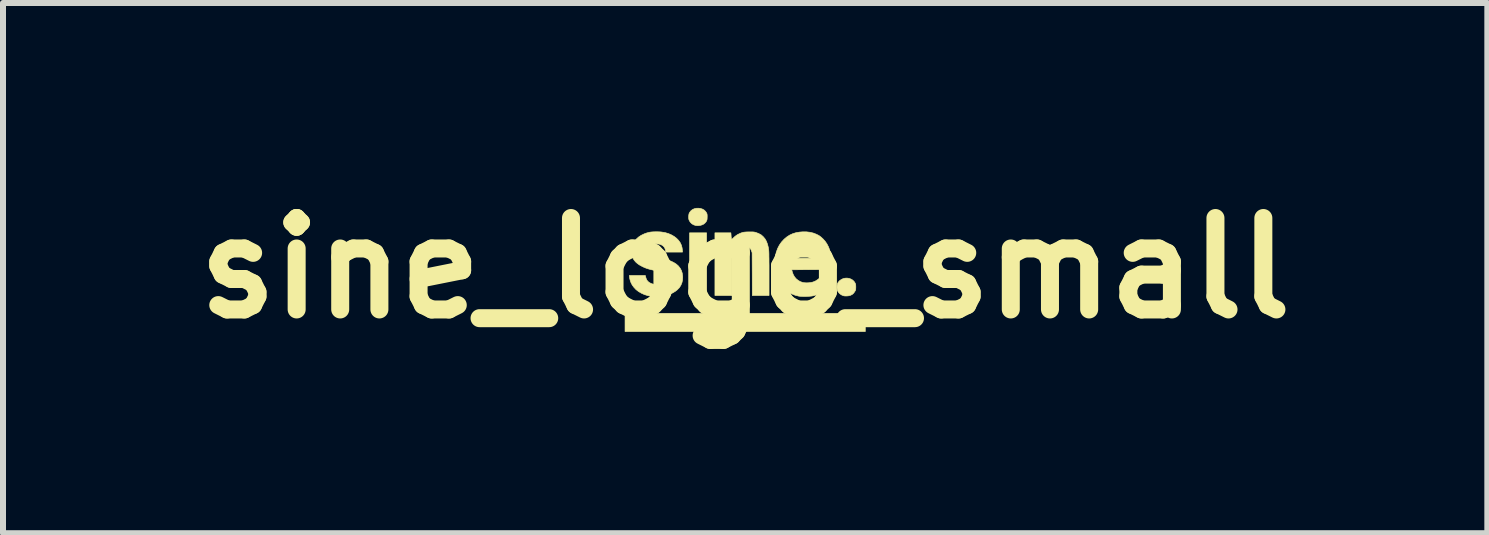
<source format=kicad_pcb>
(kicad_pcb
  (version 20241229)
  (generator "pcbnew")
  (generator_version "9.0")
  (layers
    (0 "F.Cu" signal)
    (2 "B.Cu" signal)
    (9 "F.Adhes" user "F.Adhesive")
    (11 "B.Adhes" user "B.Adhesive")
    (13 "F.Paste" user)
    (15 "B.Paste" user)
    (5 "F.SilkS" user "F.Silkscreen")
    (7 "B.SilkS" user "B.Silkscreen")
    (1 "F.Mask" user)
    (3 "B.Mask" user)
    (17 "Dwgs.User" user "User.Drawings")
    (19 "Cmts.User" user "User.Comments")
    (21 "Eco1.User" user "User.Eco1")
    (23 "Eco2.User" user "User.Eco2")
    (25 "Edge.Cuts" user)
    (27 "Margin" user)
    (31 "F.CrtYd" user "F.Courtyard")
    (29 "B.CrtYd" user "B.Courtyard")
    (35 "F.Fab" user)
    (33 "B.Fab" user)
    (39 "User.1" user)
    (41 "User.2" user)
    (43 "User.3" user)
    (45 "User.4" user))
  (footprint "sine_logo_small"
    (layer "F.Cu")
    (at 9.369 1.418)
    (property "Reference" "sine_logo_small" (at 0 0 0) (layer "F.SilkS") (effects (font (size 1.524 1.524) (thickness 0.3))))
    (attr exclude_from_pos_files exclude_from_bom)
    (fp_poly (pts (xy -0.643 0.457) (xy -0.927 0.457) (xy -0.927 -0.588) (xy -0.643 -0.588) (xy -0.643 0.457)) (stroke (width 0.01) (type solid)) (fill yes) (layer "F.SilkS"))
    (fp_poly (pts (xy 2.002 1.058) (xy -2.002 1.058) (xy -2.002 0.754) (xy 2.002 0.754) (xy 2.002 1.058)) (stroke (width 0.01) (type solid)) (fill yes) (layer "F.SilkS"))
    (fp_poly (pts (xy -0.751 -0.995) (xy -0.716 -0.985) (xy -0.686 -0.969) (xy -0.661 -0.946) (xy -0.644 -0.921) (xy -0.639 -0.911) (xy -0.636 -0.901) (xy -0.634 -0.89) (xy -0.633 -0.875) (xy -0.633 -0.854) (xy -0.633 -0.853) (xy -0.634 -0.826) (xy -0.636 -0.806) (xy -0.642 -0.789) (xy -0.651 -0.773) (xy -0.665 -0.756) (xy -0.667 -0.754) (xy -0.69 -0.734) (xy -0.719 -0.72) (xy -0.751 -0.711) (xy -0.787 -0.707) (xy -0.823 -0.71) (xy -0.828 -0.711) (xy -0.86 -0.722) (xy -0.889 -0.739) (xy -0.913 -0.763) (xy -0.931 -0.791) (xy -0.936 -0.804) (xy -0.94 -0.816) (xy -0.941 -0.83) (xy -0.942 -0.848) (xy -0.942 -0.855) (xy -0.94 -0.885) (xy -0.935 -0.909) (xy -0.924 -0.93) (xy -0.908 -0.95) (xy -0.902 -0.957) (xy -0.877 -0.976) (xy -0.848 -0.989) (xy -0.814 -0.997) (xy -0.778 -0.998) (xy -0.751 -0.995)) (stroke (width 0.01) (type solid)) (fill yes) (layer "F.SilkS"))
    (fp_poly (pts (xy 1.73 0.171) (xy 1.761 0.182) (xy 1.789 0.198) (xy 1.813 0.22) (xy 1.832 0.248) (xy 1.834 0.253) (xy 1.839 0.264) (xy 1.842 0.276) (xy 1.843 0.291) (xy 1.844 0.312) (xy 1.844 0.318) (xy 1.843 0.338) (xy 1.843 0.352) (xy 1.841 0.363) (xy 1.837 0.373) (xy 1.831 0.384) (xy 1.828 0.389) (xy 1.808 0.418) (xy 1.783 0.44) (xy 1.752 0.455) (xy 1.717 0.463) (xy 1.685 0.465) (xy 1.667 0.465) (xy 1.649 0.463) (xy 1.636 0.46) (xy 1.636 0.46) (xy 1.605 0.447) (xy 1.579 0.429) (xy 1.567 0.417) (xy 1.55 0.397) (xy 1.54 0.378) (xy 1.533 0.356) (xy 1.531 0.33) (xy 1.531 0.318) (xy 1.532 0.287) (xy 1.537 0.263) (xy 1.547 0.242) (xy 1.563 0.222) (xy 1.574 0.21) (xy 1.602 0.19) (xy 1.632 0.176) (xy 1.665 0.168) (xy 1.698 0.167) (xy 1.73 0.171)) (stroke (width 0.01) (type solid)) (fill yes) (layer "F.SilkS"))
    (fp_poly (pts (xy 0.098 -0.603) (xy 0.12 -0.603) (xy 0.138 -0.602) (xy 0.152 -0.6) (xy 0.164 -0.598) (xy 0.177 -0.594) (xy 0.18 -0.593) (xy 0.225 -0.576) (xy 0.266 -0.554) (xy 0.3 -0.524) (xy 0.33 -0.489) (xy 0.354 -0.447) (xy 0.372 -0.399) (xy 0.386 -0.344) (xy 0.393 -0.295) (xy 0.394 -0.282) (xy 0.395 -0.262) (xy 0.396 -0.233) (xy 0.396 -0.197) (xy 0.397 -0.154) (xy 0.397 -0.104) (xy 0.398 -0.047) (xy 0.398 0.016) (xy 0.398 0.086) (xy 0.398 0.101) (xy 0.398 0.457) (xy 0.119 0.457) (xy 0.118 0.101) (xy 0.116 -0.256) (xy 0.106 -0.285) (xy 0.093 -0.315) (xy 0.073 -0.339) (xy 0.048 -0.357) (xy 0.016 -0.369) (xy 0.002 -0.372) (xy -0.042 -0.377) (xy -0.083 -0.374) (xy -0.122 -0.363) (xy -0.156 -0.346) (xy -0.187 -0.321) (xy -0.204 -0.301) (xy -0.22 -0.281) (xy -0.22 0.457) (xy -0.504 0.457) (xy -0.504 -0.588) (xy -0.238 -0.588) (xy -0.235 -0.551) (xy -0.234 -0.531) (xy -0.232 -0.512) (xy -0.23 -0.496) (xy -0.23 -0.494) (xy -0.228 -0.474) (xy -0.197 -0.503) (xy -0.171 -0.527) (xy -0.147 -0.545) (xy -0.122 -0.561) (xy -0.096 -0.573) (xy -0.072 -0.584) (xy -0.051 -0.591) (xy -0.03 -0.597) (xy -0.007 -0.6) (xy 0.02 -0.602) (xy 0.051 -0.603) (xy 0.07 -0.603) (xy 0.098 -0.603)) (stroke (width 0.01) (type solid)) (fill yes) (layer "F.SilkS"))
    (fp_poly (pts (xy 1.021 -0.604) (xy 1.08 -0.597) (xy 1.135 -0.584) (xy 1.187 -0.564) (xy 1.188 -0.563) (xy 1.217 -0.549) (xy 1.242 -0.534) (xy 1.265 -0.516) (xy 1.289 -0.494) (xy 1.295 -0.489) (xy 1.332 -0.448) (xy 1.363 -0.403) (xy 1.389 -0.353) (xy 1.41 -0.298) (xy 1.423 -0.247) (xy 1.426 -0.232) (xy 1.428 -0.218) (xy 1.43 -0.201) (xy 1.431 -0.182) (xy 1.432 -0.158) (xy 1.433 -0.129) (xy 1.434 -0.092) (xy 1.434 -0.09) (xy 1.436 0.025) (xy 1.106 0.026) (xy 0.776 0.028) (xy 0.784 0.059) (xy 0.799 0.103) (xy 0.821 0.143) (xy 0.848 0.176) (xy 0.882 0.204) (xy 0.92 0.226) (xy 0.961 0.24) (xy 0.988 0.244) (xy 1.02 0.246) (xy 1.055 0.245) (xy 1.089 0.241) (xy 1.12 0.235) (xy 1.134 0.231) (xy 1.174 0.214) (xy 1.21 0.191) (xy 1.246 0.162) (xy 1.249 0.158) (xy 1.277 0.13) (xy 1.346 0.207) (xy 1.365 0.228) (xy 1.382 0.248) (xy 1.396 0.264) (xy 1.406 0.277) (xy 1.413 0.285) (xy 1.414 0.287) (xy 1.411 0.293) (xy 1.403 0.302) (xy 1.391 0.315) (xy 1.377 0.33) (xy 1.362 0.345) (xy 1.347 0.36) (xy 1.333 0.372) (xy 1.324 0.379) (xy 1.283 0.406) (xy 1.235 0.429) (xy 1.183 0.449) (xy 1.132 0.462) (xy 1.109 0.466) (xy 1.08 0.469) (xy 1.046 0.471) (xy 1.011 0.473) (xy 0.977 0.473) (xy 0.944 0.472) (xy 0.916 0.47) (xy 0.896 0.468) (xy 0.832 0.452) (xy 0.772 0.428) (xy 0.717 0.398) (xy 0.667 0.362) (xy 0.622 0.32) (xy 0.583 0.273) (xy 0.55 0.22) (xy 0.524 0.163) (xy 0.505 0.102) (xy 0.497 0.063) (xy 0.494 0.036) (xy 0.492 0.002) (xy 0.491 -0.036) (xy 0.492 -0.076) (xy 0.494 -0.116) (xy 0.496 -0.153) (xy 0.498 -0.17) (xy 0.779 -0.17) (xy 0.781 -0.169) (xy 0.786 -0.168) (xy 0.796 -0.167) (xy 0.811 -0.166) (xy 0.831 -0.166) (xy 0.858 -0.166) (xy 0.891 -0.165) (xy 0.932 -0.165) (xy 0.97 -0.165) (xy 1.161 -0.165) (xy 1.159 -0.202) (xy 1.153 -0.242) (xy 1.141 -0.279) (xy 1.123 -0.31) (xy 1.099 -0.336) (xy 1.07 -0.356) (xy 1.046 -0.367) (xy 1.029 -0.371) (xy 1.008 -0.374) (xy 0.982 -0.375) (xy 0.976 -0.375) (xy 0.955 -0.375) (xy 0.94 -0.374) (xy 0.928 -0.372) (xy 0.918 -0.369) (xy 0.905 -0.363) (xy 0.896 -0.359) (xy 0.868 -0.342) (xy 0.845 -0.321) (xy 0.825 -0.294) (xy 0.808 -0.265) (xy 0.8 -0.245) (xy 0.792 -0.223) (xy 0.785 -0.202) (xy 0.781 -0.183) (xy 0.779 -0.17) (xy 0.498 -0.17) (xy 0.5 -0.186) (xy 0.503 -0.204) (xy 0.52 -0.27) (xy 0.542 -0.329) (xy 0.57 -0.383) (xy 0.604 -0.432) (xy 0.645 -0.477) (xy 0.65 -0.482) (xy 0.694 -0.519) (xy 0.742 -0.55) (xy 0.792 -0.573) (xy 0.847 -0.59) (xy 0.907 -0.6) (xy 0.957 -0.604) (xy 1.021 -0.604)) (stroke (width 0.01) (type solid)) (fill yes) (layer "F.SilkS"))
    (fp_poly (pts (xy -1.463 -0.605) (xy -1.429 -0.604) (xy -1.4 -0.602) (xy -1.393 -0.601) (xy -1.333 -0.591) (xy -1.278 -0.575) (xy -1.228 -0.553) (xy -1.183 -0.527) (xy -1.144 -0.497) (xy -1.11 -0.462) (xy -1.083 -0.424) (xy -1.063 -0.382) (xy -1.051 -0.337) (xy -1.047 -0.304) (xy -1.044 -0.267) (xy -1.324 -0.267) (xy -1.326 -0.288) (xy -1.334 -0.32) (xy -1.348 -0.348) (xy -1.369 -0.37) (xy -1.396 -0.387) (xy -1.429 -0.399) (xy -1.45 -0.402) (xy -1.488 -0.404) (xy -1.523 -0.4) (xy -1.554 -0.391) (xy -1.58 -0.377) (xy -1.601 -0.358) (xy -1.615 -0.335) (xy -1.619 -0.325) (xy -1.624 -0.309) (xy -1.625 -0.298) (xy -1.624 -0.287) (xy -1.621 -0.274) (xy -1.611 -0.253) (xy -1.594 -0.234) (xy -1.57 -0.217) (xy -1.555 -0.209) (xy -1.542 -0.203) (xy -1.526 -0.197) (xy -1.508 -0.192) (xy -1.486 -0.186) (xy -1.459 -0.179) (xy -1.425 -0.171) (xy -1.391 -0.163) (xy -1.328 -0.147) (xy -1.273 -0.13) (xy -1.226 -0.111) (xy -1.185 -0.09) (xy -1.149 -0.067) (xy -1.119 -0.041) (xy -1.111 -0.033) (xy -1.083 0.003) (xy -1.062 0.042) (xy -1.049 0.084) (xy -1.042 0.131) (xy -1.041 0.154) (xy -1.044 0.201) (xy -1.054 0.244) (xy -1.07 0.283) (xy -1.092 0.319) (xy -1.099 0.328) (xy -1.13 0.36) (xy -1.167 0.389) (xy -1.211 0.415) (xy -1.258 0.437) (xy -1.309 0.454) (xy -1.363 0.467) (xy -1.367 0.467) (xy -1.391 0.47) (xy -1.421 0.472) (xy -1.454 0.473) (xy -1.489 0.473) (xy -1.522 0.473) (xy -1.552 0.471) (xy -1.564 0.469) (xy -1.622 0.459) (xy -1.677 0.442) (xy -1.728 0.419) (xy -1.775 0.392) (xy -1.817 0.36) (xy -1.852 0.323) (xy -1.882 0.283) (xy -1.904 0.24) (xy -1.917 0.202) (xy -1.922 0.183) (xy -1.926 0.163) (xy -1.928 0.147) (xy -1.93 0.123) (xy -1.664 0.123) (xy -1.662 0.134) (xy -1.651 0.172) (xy -1.637 0.202) (xy -1.617 0.226) (xy -1.591 0.245) (xy -1.558 0.26) (xy -1.548 0.263) (xy -1.522 0.269) (xy -1.491 0.272) (xy -1.458 0.273) (xy -1.428 0.27) (xy -1.41 0.267) (xy -1.377 0.256) (xy -1.351 0.24) (xy -1.333 0.22) (xy -1.321 0.196) (xy -1.317 0.168) (xy -1.317 0.166) (xy -1.319 0.145) (xy -1.326 0.127) (xy -1.338 0.11) (xy -1.355 0.095) (xy -1.379 0.081) (xy -1.41 0.068) (xy -1.448 0.055) (xy -1.493 0.043) (xy -1.532 0.034) (xy -1.577 0.024) (xy -1.615 0.013) (xy -1.649 0.002) (xy -1.681 -0.011) (xy -1.714 -0.026) (xy -1.721 -0.03) (xy -1.763 -0.053) (xy -1.798 -0.078) (xy -1.827 -0.104) (xy -1.851 -0.134) (xy -1.854 -0.137) (xy -1.873 -0.172) (xy -1.887 -0.209) (xy -1.894 -0.249) (xy -1.895 -0.265) (xy -1.894 -0.314) (xy -1.885 -0.361) (xy -1.869 -0.405) (xy -1.845 -0.446) (xy -1.814 -0.483) (xy -1.777 -0.517) (xy -1.733 -0.546) (xy -1.683 -0.57) (xy -1.661 -0.578) (xy -1.639 -0.586) (xy -1.614 -0.592) (xy -1.591 -0.598) (xy -1.585 -0.599) (xy -1.561 -0.602) (xy -1.531 -0.604) (xy -1.497 -0.605) (xy -1.463 -0.605)) (stroke (width 0.01) (type solid)) (fill yes) (layer "F.SilkS")))
  (gr_rect
    (start -3 -3)
    (end 21.738 5.836)
    (stroke (width 0.1) (type default))
    (fill no)
    (layer "Edge.Cuts")))
</source>
